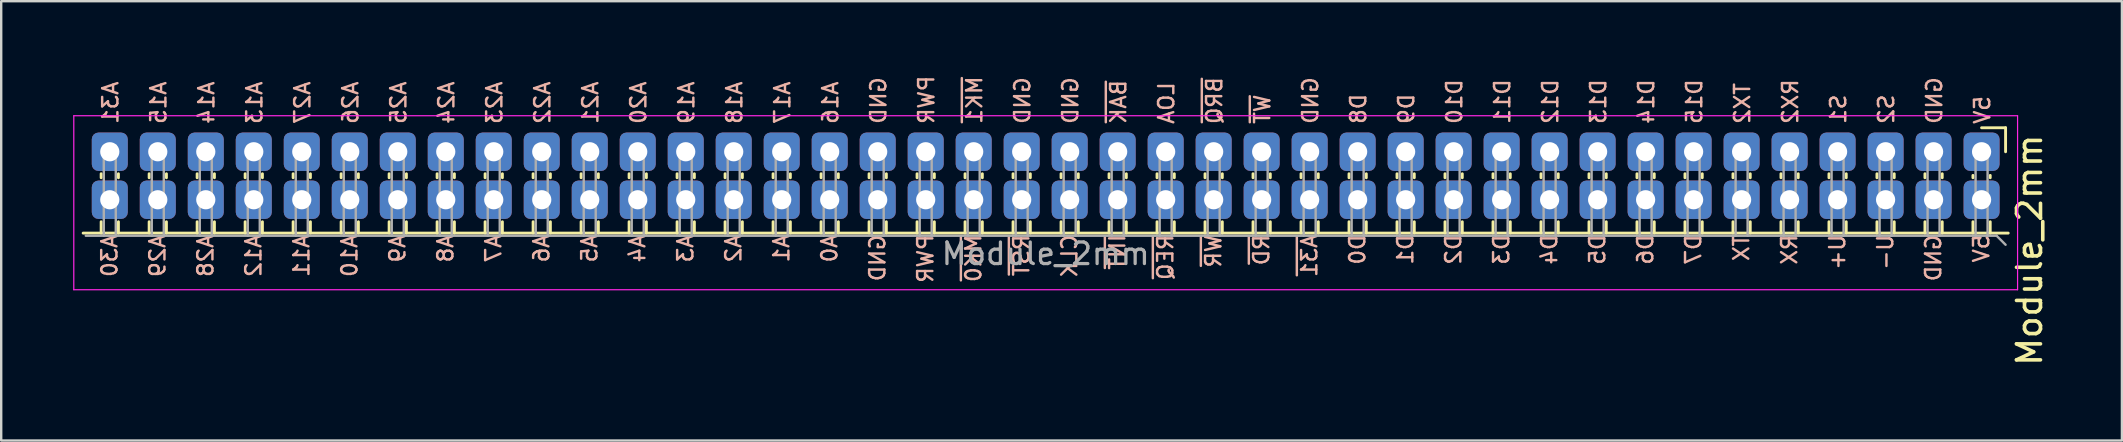
<source format=kicad_pcb>
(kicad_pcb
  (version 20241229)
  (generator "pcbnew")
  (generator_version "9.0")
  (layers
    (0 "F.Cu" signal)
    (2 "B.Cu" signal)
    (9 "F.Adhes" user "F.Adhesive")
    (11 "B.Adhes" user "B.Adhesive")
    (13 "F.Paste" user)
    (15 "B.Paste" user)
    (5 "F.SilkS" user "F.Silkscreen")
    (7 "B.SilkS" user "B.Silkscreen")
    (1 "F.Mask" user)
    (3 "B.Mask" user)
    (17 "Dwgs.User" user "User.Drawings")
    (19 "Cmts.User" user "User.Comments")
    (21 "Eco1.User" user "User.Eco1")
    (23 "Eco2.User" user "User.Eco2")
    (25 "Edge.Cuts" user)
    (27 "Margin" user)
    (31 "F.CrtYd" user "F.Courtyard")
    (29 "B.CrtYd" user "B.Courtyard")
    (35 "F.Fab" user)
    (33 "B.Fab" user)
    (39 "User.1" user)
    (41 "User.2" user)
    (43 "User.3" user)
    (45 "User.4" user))
  (footprint "Module_2mm"
    (layer "F.Cu")
    (at 40.525 4.774)
    (property "Reference" "Module_2mm" (at 41 2.6 270) (layer "F.SilkS") (effects (font (size 1 1) (thickness 0.15))))
    (attr through_hole)
    (fp_line (start -39.36 -0.583) (end -39.36 -0.417) (stroke (width 0.12) (type solid)) (layer "F.SilkS"))
    (fp_line (start -39.36 1.417) (end -39.36 1.89) (stroke (width 0.12) (type solid)) (layer "F.SilkS"))
    (fp_line (start -38.64 -0.583) (end -38.64 -0.417) (stroke (width 0.12) (type solid)) (layer "F.SilkS"))
    (fp_line (start -38.64 1.417) (end -38.64 1.89) (stroke (width 0.12) (type solid)) (layer "F.SilkS"))
    (fp_line (start -37.36 -0.583) (end -37.36 -0.417) (stroke (width 0.12) (type solid)) (layer "F.SilkS"))
    (fp_line (start -37.36 1.417) (end -37.36 1.89) (stroke (width 0.12) (type solid)) (layer "F.SilkS"))
    (fp_line (start -36.64 -0.583) (end -36.64 -0.417) (stroke (width 0.12) (type solid)) (layer "F.SilkS"))
    (fp_line (start -36.64 1.417) (end -36.64 1.89) (stroke (width 0.12) (type solid)) (layer "F.SilkS"))
    (fp_line (start -35.36 -0.583) (end -35.36 -0.417) (stroke (width 0.12) (type solid)) (layer "F.SilkS"))
    (fp_line (start -35.36 1.417) (end -35.36 1.89) (stroke (width 0.12) (type solid)) (layer "F.SilkS"))
    (fp_line (start -34.64 -0.583) (end -34.64 -0.417) (stroke (width 0.12) (type solid)) (layer "F.SilkS"))
    (fp_line (start -34.64 1.417) (end -34.64 1.89) (stroke (width 0.12) (type solid)) (layer "F.SilkS"))
    (fp_line (start -33.36 -0.583) (end -33.36 -0.417) (stroke (width 0.12) (type solid)) (layer "F.SilkS"))
    (fp_line (start -33.36 1.417) (end -33.36 1.89) (stroke (width 0.12) (type solid)) (layer "F.SilkS"))
    (fp_line (start -32.64 -0.583) (end -32.64 -0.417) (stroke (width 0.12) (type solid)) (layer "F.SilkS"))
    (fp_line (start -32.64 1.417) (end -32.64 1.89) (stroke (width 0.12) (type solid)) (layer "F.SilkS"))
    (fp_line (start -31.36 -0.583) (end -31.36 -0.417) (stroke (width 0.12) (type solid)) (layer "F.SilkS"))
    (fp_line (start -31.36 1.417) (end -31.36 1.89) (stroke (width 0.12) (type solid)) (layer "F.SilkS"))
    (fp_line (start -30.64 -0.583) (end -30.64 -0.417) (stroke (width 0.12) (type solid)) (layer "F.SilkS"))
    (fp_line (start -30.64 1.417) (end -30.64 1.89) (stroke (width 0.12) (type solid)) (layer "F.SilkS"))
    (fp_line (start -29.36 -0.583) (end -29.36 -0.417) (stroke (width 0.12) (type solid)) (layer "F.SilkS"))
    (fp_line (start -29.36 1.417) (end -29.36 1.89) (stroke (width 0.12) (type solid)) (layer "F.SilkS"))
    (fp_line (start -28.64 -0.583) (end -28.64 -0.417) (stroke (width 0.12) (type solid)) (layer "F.SilkS"))
    (fp_line (start -28.64 1.417) (end -28.64 1.89) (stroke (width 0.12) (type solid)) (layer "F.SilkS"))
    (fp_line (start -27.36 -0.583) (end -27.36 -0.417) (stroke (width 0.12) (type solid)) (layer "F.SilkS"))
    (fp_line (start -27.36 1.417) (end -27.36 1.89) (stroke (width 0.12) (type solid)) (layer "F.SilkS"))
    (fp_line (start -26.64 -0.583) (end -26.64 -0.417) (stroke (width 0.12) (type solid)) (layer "F.SilkS"))
    (fp_line (start -26.64 1.417) (end -26.64 1.89) (stroke (width 0.12) (type solid)) (layer "F.SilkS"))
    (fp_line (start -25.36 -0.583) (end -25.36 -0.417) (stroke (width 0.12) (type solid)) (layer "F.SilkS"))
    (fp_line (start -25.36 1.417) (end -25.36 1.89) (stroke (width 0.12) (type solid)) (layer "F.SilkS"))
    (fp_line (start -24.64 -0.583) (end -24.64 -0.417) (stroke (width 0.12) (type solid)) (layer "F.SilkS"))
    (fp_line (start -24.64 1.417) (end -24.64 1.89) (stroke (width 0.12) (type solid)) (layer "F.SilkS"))
    (fp_line (start -23.36 -0.583) (end -23.36 -0.417) (stroke (width 0.12) (type solid)) (layer "F.SilkS"))
    (fp_line (start -23.36 1.417) (end -23.36 1.89) (stroke (width 0.12) (type solid)) (layer "F.SilkS"))
    (fp_line (start -22.64 -0.583) (end -22.64 -0.417) (stroke (width 0.12) (type solid)) (layer "F.SilkS"))
    (fp_line (start -22.64 1.417) (end -22.64 1.89) (stroke (width 0.12) (type solid)) (layer "F.SilkS"))
    (fp_line (start -21.36 -0.583) (end -21.36 -0.417) (stroke (width 0.12) (type solid)) (layer "F.SilkS"))
    (fp_line (start -21.36 1.417) (end -21.36 1.89) (stroke (width 0.12) (type solid)) (layer "F.SilkS"))
    (fp_line (start -20.64 -0.583) (end -20.64 -0.417) (stroke (width 0.12) (type solid)) (layer "F.SilkS"))
    (fp_line (start -20.64 1.417) (end -20.64 1.89) (stroke (width 0.12) (type solid)) (layer "F.SilkS"))
    (fp_line (start -19.36 -0.583) (end -19.36 -0.417) (stroke (width 0.12) (type solid)) (layer "F.SilkS"))
    (fp_line (start -19.36 1.417) (end -19.36 1.89) (stroke (width 0.12) (type solid)) (layer "F.SilkS"))
    (fp_line (start -18.64 -0.583) (end -18.64 -0.417) (stroke (width 0.12) (type solid)) (layer "F.SilkS"))
    (fp_line (start -18.64 1.417) (end -18.64 1.89) (stroke (width 0.12) (type solid)) (layer "F.SilkS"))
    (fp_line (start -17.36 -0.583) (end -17.36 -0.417) (stroke (width 0.12) (type solid)) (layer "F.SilkS"))
    (fp_line (start -17.36 1.417) (end -17.36 1.89) (stroke (width 0.12) (type solid)) (layer "F.SilkS"))
    (fp_line (start -16.64 -0.583) (end -16.64 -0.417) (stroke (width 0.12) (type solid)) (layer "F.SilkS"))
    (fp_line (start -16.64 1.417) (end -16.64 1.89) (stroke (width 0.12) (type solid)) (layer "F.SilkS"))
    (fp_line (start -15.36 -0.583) (end -15.36 -0.417) (stroke (width 0.12) (type solid)) (layer "F.SilkS"))
    (fp_line (start -15.36 1.417) (end -15.36 1.89) (stroke (width 0.12) (type solid)) (layer "F.SilkS"))
    (fp_line (start -14.64 -0.583) (end -14.64 -0.417) (stroke (width 0.12) (type solid)) (layer "F.SilkS"))
    (fp_line (start -14.64 1.417) (end -14.64 1.89) (stroke (width 0.12) (type solid)) (layer "F.SilkS"))
    (fp_line (start -13.36 -0.583) (end -13.36 -0.417) (stroke (width 0.12) (type solid)) (layer "F.SilkS"))
    (fp_line (start -13.36 1.417) (end -13.36 1.89) (stroke (width 0.12) (type solid)) (layer "F.SilkS"))
    (fp_line (start -12.64 -0.583) (end -12.64 -0.417) (stroke (width 0.12) (type solid)) (layer "F.SilkS"))
    (fp_line (start -12.64 1.417) (end -12.64 1.89) (stroke (width 0.12) (type solid)) (layer "F.SilkS"))
    (fp_line (start -11.36 -0.583) (end -11.36 -0.417) (stroke (width 0.12) (type solid)) (layer "F.SilkS"))
    (fp_line (start -11.36 1.417) (end -11.36 1.89) (stroke (width 0.12) (type solid)) (layer "F.SilkS"))
    (fp_line (start -10.64 -0.583) (end -10.64 -0.417) (stroke (width 0.12) (type solid)) (layer "F.SilkS"))
    (fp_line (start -10.64 1.417) (end -10.64 1.89) (stroke (width 0.12) (type solid)) (layer "F.SilkS"))
    (fp_line (start -9.36 -0.583) (end -9.36 -0.417) (stroke (width 0.12) (type solid)) (layer "F.SilkS"))
    (fp_line (start -9.36 1.417) (end -9.36 1.89) (stroke (width 0.12) (type solid)) (layer "F.SilkS"))
    (fp_line (start -8.64 -0.583) (end -8.64 -0.417) (stroke (width 0.12) (type solid)) (layer "F.SilkS"))
    (fp_line (start -8.64 1.417) (end -8.64 1.89) (stroke (width 0.12) (type solid)) (layer "F.SilkS"))
    (fp_line (start -7.36 -0.583) (end -7.36 -0.417) (stroke (width 0.12) (type solid)) (layer "F.SilkS"))
    (fp_line (start -7.36 1.417) (end -7.36 1.89) (stroke (width 0.12) (type solid)) (layer "F.SilkS"))
    (fp_line (start -6.64 -0.583) (end -6.64 -0.417) (stroke (width 0.12) (type solid)) (layer "F.SilkS"))
    (fp_line (start -6.64 1.417) (end -6.64 1.89) (stroke (width 0.12) (type solid)) (layer "F.SilkS"))
    (fp_line (start -5.36 -0.583) (end -5.36 -0.417) (stroke (width 0.12) (type solid)) (layer "F.SilkS"))
    (fp_line (start -5.36 1.417) (end -5.36 1.89) (stroke (width 0.12) (type solid)) (layer "F.SilkS"))
    (fp_line (start -4.64 -0.583) (end -4.64 -0.417) (stroke (width 0.12) (type solid)) (layer "F.SilkS"))
    (fp_line (start -4.64 1.417) (end -4.64 1.89) (stroke (width 0.12) (type solid)) (layer "F.SilkS"))
    (fp_line (start -3.36 -0.583) (end -3.36 -0.417) (stroke (width 0.12) (type solid)) (layer "F.SilkS"))
    (fp_line (start -3.36 1.417) (end -3.36 1.89) (stroke (width 0.12) (type solid)) (layer "F.SilkS"))
    (fp_line (start -2.64 -0.583) (end -2.64 -0.417) (stroke (width 0.12) (type solid)) (layer "F.SilkS"))
    (fp_line (start -2.64 1.417) (end -2.64 1.89) (stroke (width 0.12) (type solid)) (layer "F.SilkS"))
    (fp_line (start -1.36 -0.583) (end -1.36 -0.417) (stroke (width 0.12) (type solid)) (layer "F.SilkS"))
    (fp_line (start -1.36 1.417) (end -1.36 1.89) (stroke (width 0.12) (type solid)) (layer "F.SilkS"))
    (fp_line (start -0.64 -0.583) (end -0.64 -0.417) (stroke (width 0.12) (type solid)) (layer "F.SilkS"))
    (fp_line (start -0.64 1.417) (end -0.64 1.89) (stroke (width 0.12) (type solid)) (layer "F.SilkS"))
    (fp_line (start 0.64 -0.583) (end 0.64 -0.417) (stroke (width 0.12) (type solid)) (layer "F.SilkS"))
    (fp_line (start 0.64 1.417) (end 0.64 1.89) (stroke (width 0.12) (type solid)) (layer "F.SilkS"))
    (fp_line (start 1.36 -0.583) (end 1.36 -0.417) (stroke (width 0.12) (type solid)) (layer "F.SilkS"))
    (fp_line (start 1.36 1.417) (end 1.36 1.89) (stroke (width 0.12) (type solid)) (layer "F.SilkS"))
    (fp_line (start 2.64 -0.583) (end 2.64 -0.417) (stroke (width 0.12) (type solid)) (layer "F.SilkS"))
    (fp_line (start 2.64 1.417) (end 2.64 1.89) (stroke (width 0.12) (type solid)) (layer "F.SilkS"))
    (fp_line (start 3.36 -0.583) (end 3.36 -0.417) (stroke (width 0.12) (type solid)) (layer "F.SilkS"))
    (fp_line (start 3.36 1.417) (end 3.36 1.89) (stroke (width 0.12) (type solid)) (layer "F.SilkS"))
    (fp_line (start 4.64 -0.583) (end 4.64 -0.417) (stroke (width 0.12) (type solid)) (layer "F.SilkS"))
    (fp_line (start 4.64 1.417) (end 4.64 1.89) (stroke (width 0.12) (type solid)) (layer "F.SilkS"))
    (fp_line (start 5.36 -0.583) (end 5.36 -0.417) (stroke (width 0.12) (type solid)) (layer "F.SilkS"))
    (fp_line (start 5.36 1.417) (end 5.36 1.89) (stroke (width 0.12) (type solid)) (layer "F.SilkS"))
    (fp_line (start 6.64 -0.583) (end 6.64 -0.417) (stroke (width 0.12) (type solid)) (layer "F.SilkS"))
    (fp_line (start 6.64 1.417) (end 6.64 1.89) (stroke (width 0.12) (type solid)) (layer "F.SilkS"))
    (fp_line (start 7.36 -0.583) (end 7.36 -0.417) (stroke (width 0.12) (type solid)) (layer "F.SilkS"))
    (fp_line (start 7.36 1.417) (end 7.36 1.89) (stroke (width 0.12) (type solid)) (layer "F.SilkS"))
    (fp_line (start 8.64 -0.583) (end 8.64 -0.417) (stroke (width 0.12) (type solid)) (layer "F.SilkS"))
    (fp_line (start 8.64 1.417) (end 8.64 1.89) (stroke (width 0.12) (type solid)) (layer "F.SilkS"))
    (fp_line (start 9.36 -0.583) (end 9.36 -0.417) (stroke (width 0.12) (type solid)) (layer "F.SilkS"))
    (fp_line (start 9.36 1.417) (end 9.36 1.89) (stroke (width 0.12) (type solid)) (layer "F.SilkS"))
    (fp_line (start 10.64 -0.583) (end 10.64 -0.417) (stroke (width 0.12) (type solid)) (layer "F.SilkS"))
    (fp_line (start 10.64 1.417) (end 10.64 1.89) (stroke (width 0.12) (type solid)) (layer "F.SilkS"))
    (fp_line (start 11.36 -0.583) (end 11.36 -0.417) (stroke (width 0.12) (type solid)) (layer "F.SilkS"))
    (fp_line (start 11.36 1.417) (end 11.36 1.89) (stroke (width 0.12) (type solid)) (layer "F.SilkS"))
    (fp_line (start 12.64 -0.583) (end 12.64 -0.417) (stroke (width 0.12) (type solid)) (layer "F.SilkS"))
    (fp_line (start 12.64 1.417) (end 12.64 1.89) (stroke (width 0.12) (type solid)) (layer "F.SilkS"))
    (fp_line (start 13.36 -0.583) (end 13.36 -0.417) (stroke (width 0.12) (type solid)) (layer "F.SilkS"))
    (fp_line (start 13.36 1.417) (end 13.36 1.89) (stroke (width 0.12) (type solid)) (layer "F.SilkS"))
    (fp_line (start 14.64 -0.583) (end 14.64 -0.417) (stroke (width 0.12) (type solid)) (layer "F.SilkS"))
    (fp_line (start 14.64 1.417) (end 14.64 1.89) (stroke (width 0.12) (type solid)) (layer "F.SilkS"))
    (fp_line (start 15.36 -0.583) (end 15.36 -0.417) (stroke (width 0.12) (type solid)) (layer "F.SilkS"))
    (fp_line (start 15.36 1.417) (end 15.36 1.89) (stroke (width 0.12) (type solid)) (layer "F.SilkS"))
    (fp_line (start 16.64 -0.583) (end 16.64 -0.417) (stroke (width 0.12) (type solid)) (layer "F.SilkS"))
    (fp_line (start 16.64 1.417) (end 16.64 1.89) (stroke (width 0.12) (type solid)) (layer "F.SilkS"))
    (fp_line (start 17.36 -0.583) (end 17.36 -0.417) (stroke (width 0.12) (type solid)) (layer "F.SilkS"))
    (fp_line (start 17.36 1.417) (end 17.36 1.89) (stroke (width 0.12) (type solid)) (layer "F.SilkS"))
    (fp_line (start 18.64 -0.583) (end 18.64 -0.417) (stroke (width 0.12) (type solid)) (layer "F.SilkS"))
    (fp_line (start 18.64 1.417) (end 18.64 1.89) (stroke (width 0.12) (type solid)) (layer "F.SilkS"))
    (fp_line (start 19.36 -0.583) (end 19.36 -0.417) (stroke (width 0.12) (type solid)) (layer "F.SilkS"))
    (fp_line (start 19.36 1.417) (end 19.36 1.89) (stroke (width 0.12) (type solid)) (layer "F.SilkS"))
    (fp_line (start 20.64 -0.583) (end 20.64 -0.417) (stroke (width 0.12) (type solid)) (layer "F.SilkS"))
    (fp_line (start 20.64 1.417) (end 20.64 1.89) (stroke (width 0.12) (type solid)) (layer "F.SilkS"))
    (fp_line (start 21.36 -0.583) (end 21.36 -0.417) (stroke (width 0.12) (type solid)) (layer "F.SilkS"))
    (fp_line (start 21.36 1.417) (end 21.36 1.89) (stroke (width 0.12) (type solid)) (layer "F.SilkS"))
    (fp_line (start 22.64 -0.583) (end 22.64 -0.417) (stroke (width 0.12) (type solid)) (layer "F.SilkS"))
    (fp_line (start 22.64 1.417) (end 22.64 1.89) (stroke (width 0.12) (type solid)) (layer "F.SilkS"))
    (fp_line (start 23.36 -0.583) (end 23.36 -0.417) (stroke (width 0.12) (type solid)) (layer "F.SilkS"))
    (fp_line (start 23.36 1.417) (end 23.36 1.89) (stroke (width 0.12) (type solid)) (layer "F.SilkS"))
    (fp_line (start 24.64 -0.583) (end 24.64 -0.417) (stroke (width 0.12) (type solid)) (layer "F.SilkS"))
    (fp_line (start 24.64 1.417) (end 24.64 1.89) (stroke (width 0.12) (type solid)) (layer "F.SilkS"))
    (fp_line (start 25.36 -0.583) (end 25.36 -0.417) (stroke (width 0.12) (type solid)) (layer "F.SilkS"))
    (fp_line (start 25.36 1.417) (end 25.36 1.89) (stroke (width 0.12) (type solid)) (layer "F.SilkS"))
    (fp_line (start 26.64 -0.583) (end 26.64 -0.417) (stroke (width 0.12) (type solid)) (layer "F.SilkS"))
    (fp_line (start 26.64 1.417) (end 26.64 1.89) (stroke (width 0.12) (type solid)) (layer "F.SilkS"))
    (fp_line (start 27.36 -0.583) (end 27.36 -0.417) (stroke (width 0.12) (type solid)) (layer "F.SilkS"))
    (fp_line (start 27.36 1.417) (end 27.36 1.89) (stroke (width 0.12) (type solid)) (layer "F.SilkS"))
    (fp_line (start 28.64 -0.583) (end 28.64 -0.417) (stroke (width 0.12) (type solid)) (layer "F.SilkS"))
    (fp_line (start 28.64 1.417) (end 28.64 1.89) (stroke (width 0.12) (type solid)) (layer "F.SilkS"))
    (fp_line (start 29.36 -0.583) (end 29.36 -0.417) (stroke (width 0.12) (type solid)) (layer "F.SilkS"))
    (fp_line (start 29.36 1.417) (end 29.36 1.89) (stroke (width 0.12) (type solid)) (layer "F.SilkS"))
    (fp_line (start 30.64 -0.583) (end 30.64 -0.417) (stroke (width 0.12) (type solid)) (layer "F.SilkS"))
    (fp_line (start 30.64 1.417) (end 30.64 1.89) (stroke (width 0.12) (type solid)) (layer "F.SilkS"))
    (fp_line (start 31.36 -0.583) (end 31.36 -0.417) (stroke (width 0.12) (type solid)) (layer "F.SilkS"))
    (fp_line (start 31.36 1.417) (end 31.36 1.89) (stroke (width 0.12) (type solid)) (layer "F.SilkS"))
    (fp_line (start 32.64 -0.583) (end 32.64 -0.417) (stroke (width 0.12) (type solid)) (layer "F.SilkS"))
    (fp_line (start 32.64 1.417) (end 32.64 1.89) (stroke (width 0.12) (type solid)) (layer "F.SilkS"))
    (fp_line (start 33.36 -0.583) (end 33.36 -0.417) (stroke (width 0.12) (type solid)) (layer "F.SilkS"))
    (fp_line (start 33.36 1.417) (end 33.36 1.89) (stroke (width 0.12) (type solid)) (layer "F.SilkS"))
    (fp_line (start 34.64 -0.583) (end 34.64 -0.417) (stroke (width 0.12) (type solid)) (layer "F.SilkS"))
    (fp_line (start 34.64 1.417) (end 34.64 1.89) (stroke (width 0.12) (type solid)) (layer "F.SilkS"))
    (fp_line (start 35.36 -0.583) (end 35.36 -0.417) (stroke (width 0.12) (type solid)) (layer "F.SilkS"))
    (fp_line (start 35.36 1.417) (end 35.36 1.89) (stroke (width 0.12) (type solid)) (layer "F.SilkS"))
    (fp_line (start 36.64 -0.583) (end 36.64 -0.417) (stroke (width 0.12) (type solid)) (layer "F.SilkS"))
    (fp_line (start 36.64 1.417) (end 36.64 1.89) (stroke (width 0.12) (type solid)) (layer "F.SilkS"))
    (fp_line (start 37.36 -0.583) (end 37.36 -0.417) (stroke (width 0.12) (type solid)) (layer "F.SilkS"))
    (fp_line (start 37.36 1.417) (end 37.36 1.89) (stroke (width 0.12) (type solid)) (layer "F.SilkS"))
    (fp_line (start 38.64 -0.515) (end 38.64 -0.417) (stroke (width 0.12) (type solid)) (layer "F.SilkS"))
    (fp_line (start 38.64 1.417) (end 38.64 1.89) (stroke (width 0.12) (type solid)) (layer "F.SilkS"))
    (fp_line (start 39 -2.5) (end 40 -2.5) (stroke (width 0.12) (type solid)) (layer "F.SilkS"))
    (fp_line (start 39.36 -0.515) (end 39.36 -0.417) (stroke (width 0.12) (type solid)) (layer "F.SilkS"))
    (fp_line (start 39.36 1.417) (end 39.36 1.89) (stroke (width 0.12) (type solid)) (layer "F.SilkS"))
    (fp_line (start 40 -2.5) (end 40 -1.5) (stroke (width 0.12) (type solid)) (layer "F.SilkS"))
    (fp_line (start 40.11 1.89) (end -40.11 1.89) (stroke (width 0.12) (type solid)) (layer "F.SilkS"))
    (fp_line (start -40.5 -3) (end -40.5 4.25) (stroke (width 0.05) (type solid)) (layer "F.CrtYd"))
    (fp_line (start 40.5 -3) (end -40.5 -3) (stroke (width 0.05) (type solid)) (layer "F.CrtYd"))
    (fp_line (start 40.5 4.25) (end -40.5 4.25) (stroke (width 0.05) (type solid)) (layer "F.CrtYd"))
    (fp_line (start 40.5 4.25) (end 40.5 -3) (stroke (width 0.05) (type solid)) (layer "F.CrtYd"))
    (fp_line (start -40 2) (end 39.625 2) (stroke (width 0.1) (type solid)) (layer "F.Fab"))
    (fp_line (start -39.25 -1.75) (end -39.25 2) (stroke (width 0.1) (type solid)) (layer "F.Fab"))
    (fp_line (start -38.75 -1.75) (end -39.25 -1.75) (stroke (width 0.1) (type solid)) (layer "F.Fab"))
    (fp_line (start -38.75 -1.75) (end -38.75 2) (stroke (width 0.1) (type solid)) (layer "F.Fab"))
    (fp_line (start -37.25 -1.75) (end -37.25 2) (stroke (width 0.1) (type solid)) (layer "F.Fab"))
    (fp_line (start -36.75 -1.75) (end -37.25 -1.75) (stroke (width 0.1) (type solid)) (layer "F.Fab"))
    (fp_line (start -36.75 -1.75) (end -36.75 2) (stroke (width 0.1) (type solid)) (layer "F.Fab"))
    (fp_line (start -35.25 -1.75) (end -35.25 2) (stroke (width 0.1) (type solid)) (layer "F.Fab"))
    (fp_line (start -34.75 -1.75) (end -35.25 -1.75) (stroke (width 0.1) (type solid)) (layer "F.Fab"))
    (fp_line (start -34.75 -1.75) (end -34.75 2) (stroke (width 0.1) (type solid)) (layer "F.Fab"))
    (fp_line (start -33.25 -1.75) (end -33.25 2) (stroke (width 0.1) (type solid)) (layer "F.Fab"))
    (fp_line (start -32.75 -1.75) (end -33.25 -1.75) (stroke (width 0.1) (type solid)) (layer "F.Fab"))
    (fp_line (start -32.75 -1.75) (end -32.75 2) (stroke (width 0.1) (type solid)) (layer "F.Fab"))
    (fp_line (start -31.25 -1.75) (end -31.25 2) (stroke (width 0.1) (type solid)) (layer "F.Fab"))
    (fp_line (start -30.75 -1.75) (end -31.25 -1.75) (stroke (width 0.1) (type solid)) (layer "F.Fab"))
    (fp_line (start -30.75 -1.75) (end -30.75 2) (stroke (width 0.1) (type solid)) (layer "F.Fab"))
    (fp_line (start -29.25 -1.75) (end -29.25 2) (stroke (width 0.1) (type solid)) (layer "F.Fab"))
    (fp_line (start -28.75 -1.75) (end -29.25 -1.75) (stroke (width 0.1) (type solid)) (layer "F.Fab"))
    (fp_line (start -28.75 -1.75) (end -28.75 2) (stroke (width 0.1) (type solid)) (layer "F.Fab"))
    (fp_line (start -27.25 -1.75) (end -27.25 2) (stroke (width 0.1) (type solid)) (layer "F.Fab"))
    (fp_line (start -26.75 -1.75) (end -27.25 -1.75) (stroke (width 0.1) (type solid)) (layer "F.Fab"))
    (fp_line (start -26.75 -1.75) (end -26.75 2) (stroke (width 0.1) (type solid)) (layer "F.Fab"))
    (fp_line (start -25.25 -1.75) (end -25.25 2) (stroke (width 0.1) (type solid)) (layer "F.Fab"))
    (fp_line (start -24.75 -1.75) (end -25.25 -1.75) (stroke (width 0.1) (type solid)) (layer "F.Fab"))
    (fp_line (start -24.75 -1.75) (end -24.75 2) (stroke (width 0.1) (type solid)) (layer "F.Fab"))
    (fp_line (start -23.25 -1.75) (end -23.25 2) (stroke (width 0.1) (type solid)) (layer "F.Fab"))
    (fp_line (start -22.75 -1.75) (end -23.25 -1.75) (stroke (width 0.1) (type solid)) (layer "F.Fab"))
    (fp_line (start -22.75 -1.75) (end -22.75 2) (stroke (width 0.1) (type solid)) (layer "F.Fab"))
    (fp_line (start -21.25 -1.75) (end -21.25 2) (stroke (width 0.1) (type solid)) (layer "F.Fab"))
    (fp_line (start -20.75 -1.75) (end -21.25 -1.75) (stroke (width 0.1) (type solid)) (layer "F.Fab"))
    (fp_line (start -20.75 -1.75) (end -20.75 2) (stroke (width 0.1) (type solid)) (layer "F.Fab"))
    (fp_line (start -19.25 -1.75) (end -19.25 2) (stroke (width 0.1) (type solid)) (layer "F.Fab"))
    (fp_line (start -18.75 -1.75) (end -19.25 -1.75) (stroke (width 0.1) (type solid)) (layer "F.Fab"))
    (fp_line (start -18.75 -1.75) (end -18.75 2) (stroke (width 0.1) (type solid)) (layer "F.Fab"))
    (fp_line (start -17.25 -1.75) (end -17.25 2) (stroke (width 0.1) (type solid)) (layer "F.Fab"))
    (fp_line (start -16.75 -1.75) (end -17.25 -1.75) (stroke (width 0.1) (type solid)) (layer "F.Fab"))
    (fp_line (start -16.75 -1.75) (end -16.75 2) (stroke (width 0.1) (type solid)) (layer "F.Fab"))
    (fp_line (start -15.25 -1.75) (end -15.25 2) (stroke (width 0.1) (type solid)) (layer "F.Fab"))
    (fp_line (start -14.75 -1.75) (end -15.25 -1.75) (stroke (width 0.1) (type solid)) (layer "F.Fab"))
    (fp_line (start -14.75 -1.75) (end -14.75 2) (stroke (width 0.1) (type solid)) (layer "F.Fab"))
    (fp_line (start -13.25 -1.75) (end -13.25 2) (stroke (width 0.1) (type solid)) (layer "F.Fab"))
    (fp_line (start -12.75 -1.75) (end -13.25 -1.75) (stroke (width 0.1) (type solid)) (layer "F.Fab"))
    (fp_line (start -12.75 -1.75) (end -12.75 2) (stroke (width 0.1) (type solid)) (layer "F.Fab"))
    (fp_line (start -11.25 -1.75) (end -11.25 2) (stroke (width 0.1) (type solid)) (layer "F.Fab"))
    (fp_line (start -10.75 -1.75) (end -11.25 -1.75) (stroke (width 0.1) (type solid)) (layer "F.Fab"))
    (fp_line (start -10.75 -1.75) (end -10.75 2) (stroke (width 0.1) (type solid)) (layer "F.Fab"))
    (fp_line (start -9.25 -1.75) (end -9.25 2) (stroke (width 0.1) (type solid)) (layer "F.Fab"))
    (fp_line (start -8.75 -1.75) (end -9.25 -1.75) (stroke (width 0.1) (type solid)) (layer "F.Fab"))
    (fp_line (start -8.75 -1.75) (end -8.75 2) (stroke (width 0.1) (type solid)) (layer "F.Fab"))
    (fp_line (start -7.25 -1.75) (end -7.25 2) (stroke (width 0.1) (type solid)) (layer "F.Fab"))
    (fp_line (start -6.75 -1.75) (end -7.25 -1.75) (stroke (width 0.1) (type solid)) (layer "F.Fab"))
    (fp_line (start -6.75 -1.75) (end -6.75 2) (stroke (width 0.1) (type solid)) (layer "F.Fab"))
    (fp_line (start -5.25 -1.75) (end -5.25 2) (stroke (width 0.1) (type solid)) (layer "F.Fab"))
    (fp_line (start -4.75 -1.75) (end -5.25 -1.75) (stroke (width 0.1) (type solid)) (layer "F.Fab"))
    (fp_line (start -4.75 -1.75) (end -4.75 2) (stroke (width 0.1) (type solid)) (layer "F.Fab"))
    (fp_line (start -3.25 -1.75) (end -3.25 2) (stroke (width 0.1) (type solid)) (layer "F.Fab"))
    (fp_line (start -2.75 -1.75) (end -3.25 -1.75) (stroke (width 0.1) (type solid)) (layer "F.Fab"))
    (fp_line (start -2.75 -1.75) (end -2.75 2) (stroke (width 0.1) (type solid)) (layer "F.Fab"))
    (fp_line (start -1.25 -1.75) (end -1.25 2) (stroke (width 0.1) (type solid)) (layer "F.Fab"))
    (fp_line (start -0.75 -1.75) (end -1.25 -1.75) (stroke (width 0.1) (type solid)) (layer "F.Fab"))
    (fp_line (start -0.75 -1.75) (end -0.75 2) (stroke (width 0.1) (type solid)) (layer "F.Fab"))
    (fp_line (start 0.75 -1.75) (end 0.75 2) (stroke (width 0.1) (type solid)) (layer "F.Fab"))
    (fp_line (start 1.25 -1.75) (end 0.75 -1.75) (stroke (width 0.1) (type solid)) (layer "F.Fab"))
    (fp_line (start 1.25 -1.75) (end 1.25 2) (stroke (width 0.1) (type solid)) (layer "F.Fab"))
    (fp_line (start 2.75 -1.75) (end 2.75 2) (stroke (width 0.1) (type solid)) (layer "F.Fab"))
    (fp_line (start 3.25 -1.75) (end 2.75 -1.75) (stroke (width 0.1) (type solid)) (layer "F.Fab"))
    (fp_line (start 3.25 -1.75) (end 3.25 2) (stroke (width 0.1) (type solid)) (layer "F.Fab"))
    (fp_line (start 4.75 -1.75) (end 4.75 2) (stroke (width 0.1) (type solid)) (layer "F.Fab"))
    (fp_line (start 5.25 -1.75) (end 4.75 -1.75) (stroke (width 0.1) (type solid)) (layer "F.Fab"))
    (fp_line (start 5.25 -1.75) (end 5.25 2) (stroke (width 0.1) (type solid)) (layer "F.Fab"))
    (fp_line (start 6.75 -1.75) (end 6.75 2) (stroke (width 0.1) (type solid)) (layer "F.Fab"))
    (fp_line (start 7.25 -1.75) (end 6.75 -1.75) (stroke (width 0.1) (type solid)) (layer "F.Fab"))
    (fp_line (start 7.25 -1.75) (end 7.25 2) (stroke (width 0.1) (type solid)) (layer "F.Fab"))
    (fp_line (start 8.75 -1.75) (end 8.75 2) (stroke (width 0.1) (type solid)) (layer "F.Fab"))
    (fp_line (start 9.25 -1.75) (end 8.75 -1.75) (stroke (width 0.1) (type solid)) (layer "F.Fab"))
    (fp_line (start 9.25 -1.75) (end 9.25 2) (stroke (width 0.1) (type solid)) (layer "F.Fab"))
    (fp_line (start 10.75 -1.75) (end 10.75 2) (stroke (width 0.1) (type solid)) (layer "F.Fab"))
    (fp_line (start 11.25 -1.75) (end 10.75 -1.75) (stroke (width 0.1) (type solid)) (layer "F.Fab"))
    (fp_line (start 11.25 -1.75) (end 11.25 2) (stroke (width 0.1) (type solid)) (layer "F.Fab"))
    (fp_line (start 12.75 -1.75) (end 12.75 2) (stroke (width 0.1) (type solid)) (layer "F.Fab"))
    (fp_line (start 13.25 -1.75) (end 12.75 -1.75) (stroke (width 0.1) (type solid)) (layer "F.Fab"))
    (fp_line (start 13.25 -1.75) (end 13.25 2) (stroke (width 0.1) (type solid)) (layer "F.Fab"))
    (fp_line (start 14.75 -1.75) (end 14.75 2) (stroke (width 0.1) (type solid)) (layer "F.Fab"))
    (fp_line (start 15.25 -1.75) (end 14.75 -1.75) (stroke (width 0.1) (type solid)) (layer "F.Fab"))
    (fp_line (start 15.25 -1.75) (end 15.25 2) (stroke (width 0.1) (type solid)) (layer "F.Fab"))
    (fp_line (start 16.75 -1.75) (end 16.75 2) (stroke (width 0.1) (type solid)) (layer "F.Fab"))
    (fp_line (start 17.25 -1.75) (end 16.75 -1.75) (stroke (width 0.1) (type solid)) (layer "F.Fab"))
    (fp_line (start 17.25 -1.75) (end 17.25 2) (stroke (width 0.1) (type solid)) (layer "F.Fab"))
    (fp_line (start 18.75 -1.75) (end 18.75 2) (stroke (width 0.1) (type solid)) (layer "F.Fab"))
    (fp_line (start 19.25 -1.75) (end 18.75 -1.75) (stroke (width 0.1) (type solid)) (layer "F.Fab"))
    (fp_line (start 19.25 -1.75) (end 19.25 2) (stroke (width 0.1) (type solid)) (layer "F.Fab"))
    (fp_line (start 20.75 -1.75) (end 20.75 2) (stroke (width 0.1) (type solid)) (layer "F.Fab"))
    (fp_line (start 21.25 -1.75) (end 20.75 -1.75) (stroke (width 0.1) (type solid)) (layer "F.Fab"))
    (fp_line (start 21.25 -1.75) (end 21.25 2) (stroke (width 0.1) (type solid)) (layer "F.Fab"))
    (fp_line (start 22.75 -1.75) (end 22.75 2) (stroke (width 0.1) (type solid)) (layer "F.Fab"))
    (fp_line (start 23.25 -1.75) (end 22.75 -1.75) (stroke (width 0.1) (type solid)) (layer "F.Fab"))
    (fp_line (start 23.25 -1.75) (end 23.25 2) (stroke (width 0.1) (type solid)) (layer "F.Fab"))
    (fp_line (start 24.75 -1.75) (end 24.75 2) (stroke (width 0.1) (type solid)) (layer "F.Fab"))
    (fp_line (start 25.25 -1.75) (end 24.75 -1.75) (stroke (width 0.1) (type solid)) (layer "F.Fab"))
    (fp_line (start 25.25 -1.75) (end 25.25 2) (stroke (width 0.1) (type solid)) (layer "F.Fab"))
    (fp_line (start 26.75 -1.75) (end 26.75 2) (stroke (width 0.1) (type solid)) (layer "F.Fab"))
    (fp_line (start 27.25 -1.75) (end 26.75 -1.75) (stroke (width 0.1) (type solid)) (layer "F.Fab"))
    (fp_line (start 27.25 -1.75) (end 27.25 2) (stroke (width 0.1) (type solid)) (layer "F.Fab"))
    (fp_line (start 28.75 -1.75) (end 28.75 2) (stroke (width 0.1) (type solid)) (layer "F.Fab"))
    (fp_line (start 29.25 -1.75) (end 28.75 -1.75) (stroke (width 0.1) (type solid)) (layer "F.Fab"))
    (fp_line (start 29.25 -1.75) (end 29.25 2) (stroke (width 0.1) (type solid)) (layer "F.Fab"))
    (fp_line (start 30.75 -1.75) (end 30.75 2) (stroke (width 0.1) (type solid)) (layer "F.Fab"))
    (fp_line (start 31.25 -1.75) (end 30.75 -1.75) (stroke (width 0.1) (type solid)) (layer "F.Fab"))
    (fp_line (start 31.25 -1.75) (end 31.25 2) (stroke (width 0.1) (type solid)) (layer "F.Fab"))
    (fp_line (start 32.75 -1.75) (end 32.75 2) (stroke (width 0.1) (type solid)) (layer "F.Fab"))
    (fp_line (start 33.25 -1.75) (end 32.75 -1.75) (stroke (width 0.1) (type solid)) (layer "F.Fab"))
    (fp_line (start 33.25 -1.75) (end 33.25 2) (stroke (width 0.1) (type solid)) (layer "F.Fab"))
    (fp_line (start 34.75 -1.75) (end 34.75 2) (stroke (width 0.1) (type solid)) (layer "F.Fab"))
    (fp_line (start 35.25 -1.75) (end 34.75 -1.75) (stroke (width 0.1) (type solid)) (layer "F.Fab"))
    (fp_line (start 35.25 -1.75) (end 35.25 2) (stroke (width 0.1) (type solid)) (layer "F.Fab"))
    (fp_line (start 36.75 -1.75) (end 36.75 2) (stroke (width 0.1) (type solid)) (layer "F.Fab"))
    (fp_line (start 37.25 -1.75) (end 36.75 -1.75) (stroke (width 0.1) (type solid)) (layer "F.Fab"))
    (fp_line (start 37.25 -1.75) (end 37.25 2) (stroke (width 0.1) (type solid)) (layer "F.Fab"))
    (fp_line (start 38.75 -1.75) (end 38.75 2) (stroke (width 0.1) (type solid)) (layer "F.Fab"))
    (fp_line (start 39.25 -1.75) (end 38.75 -1.75) (stroke (width 0.1) (type solid)) (layer "F.Fab"))
    (fp_line (start 39.25 -1.75) (end 39.25 2) (stroke (width 0.1) (type solid)) (layer "F.Fab"))
    (fp_line (start 39.625 2) (end 40 2.375) (stroke (width 0.1) (type solid)) (layer "F.Fab"))
    (fp_text user "D9" (at 15.4 -2.6 90) (unlocked yes) (layer "B.SilkS") (effects (font (size 0.635 0.635) (thickness 0.102)) (justify right bottom mirror)))
    (fp_text user "A6" (at -20.64 1.89 90) (unlocked yes) (layer "B.SilkS") (effects (font (size 0.635 0.635) (thickness 0.102)) (justify left bottom mirror)))
    (fp_text user "CLK" (at 1.36 1.89 90) (unlocked yes) (layer "B.SilkS") (effects (font (size 0.635 0.635) (thickness 0.102)) (justify left bottom mirror)))
    (fp_text user "A22" (at -20.6 -2.6 90) (unlocked yes) (layer "B.SilkS") (effects (font (size 0.635 0.635) (thickness 0.102)) (justify right bottom mirror)))
    (fp_text user "5V" (at 39.4 -2.6 90) (unlocked yes) (layer "B.SilkS") (effects (font (size 0.635 0.635) (thickness 0.102)) (justify right bottom mirror)))
    (fp_text user "A4" (at -16.64 1.89 90) (unlocked yes) (layer "B.SilkS") (effects (font (size 0.635 0.635) (thickness 0.102)) (justify left bottom mirror)))
    (fp_text user "~{MK1}" (at -2.6 -2.6 90) (unlocked yes) (layer "B.SilkS") (effects (font (size 0.635 0.635) (thickness 0.102)) (justify right bottom mirror)))
    (fp_text user "A5" (at -18.64 1.89 90) (unlocked yes) (layer "B.SilkS") (effects (font (size 0.635 0.635) (thickness 0.102)) (justify left bottom mirror)))
    (fp_text user "D0" (at 13.36 1.89 90) (unlocked yes) (layer "B.SilkS") (effects (font (size 0.635 0.635) (thickness 0.102)) (justify left bottom mirror)))
    (fp_text user "GND" (at 11.4 -2.6 90) (unlocked yes) (layer "B.SilkS") (effects (font (size 0.635 0.635) (thickness 0.102)) (justify right bottom mirror)))
    (fp_text user "~{REQ}" (at 5.36 1.89 90) (unlocked yes) (layer "B.SilkS") (effects (font (size 0.635 0.635) (thickness 0.102)) (justify left bottom mirror)))
    (fp_text user "GND" (at 37.36 1.89 90) (unlocked yes) (layer "B.SilkS") (effects (font (size 0.635 0.635) (thickness 0.102)) (justify left bottom mirror)))
    (fp_text user "S2" (at 35.4 -2.6 90) (unlocked yes) (layer "B.SilkS") (effects (font (size 0.635 0.635) (thickness 0.102)) (justify right bottom mirror)))
    (fp_text user "RX" (at 31.36 1.89 90) (unlocked yes) (layer "B.SilkS") (effects (font (size 0.635 0.635) (thickness 0.102)) (justify left bottom mirror)))
    (fp_text user "D6" (at 25.36 1.89 90) (unlocked yes) (layer "B.SilkS") (effects (font (size 0.635 0.635) (thickness 0.102)) (justify left bottom mirror)))
    (fp_text user "D8" (at 13.4 -2.6 90) (unlocked yes) (layer "B.SilkS") (effects (font (size 0.635 0.635) (thickness 0.102)) (justify right bottom mirror)))
    (fp_text user "A3" (at -14.64 1.89 90) (unlocked yes) (layer "B.SilkS") (effects (font (size 0.635 0.635) (thickness 0.102)) (justify left bottom mirror)))
    (fp_text user "GND" (at -0.6 -2.6 90) (unlocked yes) (layer "B.SilkS") (effects (font (size 0.635 0.635) (thickness 0.102)) (justify right bottom mirror)))
    (fp_text user "D5" (at 23.36 1.89 90) (unlocked yes) (layer "B.SilkS") (effects (font (size 0.635 0.635) (thickness 0.102)) (justify left bottom mirror)))
    (fp_text user "A31" (at -38.6 -2.6 90) (unlocked yes) (layer "B.SilkS") (effects (font (size 0.635 0.635) (thickness 0.102)) (justify right bottom mirror)))
    (fp_text user "~{INT}" (at 3.36 1.89 90) (unlocked yes) (layer "B.SilkS") (effects (font (size 0.635 0.635) (thickness 0.102)) (justify left bottom mirror)))
    (fp_text user "A27" (at -30.6 -2.6 90) (unlocked yes) (layer "B.SilkS") (effects (font (size 0.635 0.635) (thickness 0.102)) (justify right bottom mirror)))
    (fp_text user "A1" (at -10.64 1.89 90) (unlocked yes) (layer "B.SilkS") (effects (font (size 0.635 0.635) (thickness 0.102)) (justify left bottom mirror)))
    (fp_text user "GND" (at 37.4 -2.6 90) (unlocked yes) (layer "B.SilkS") (effects (font (size 0.635 0.635) (thickness 0.102)) (justify right bottom mirror)))
    (fp_text user "U-" (at 35.36 1.89 90) (unlocked yes) (layer "B.SilkS") (effects (font (size 0.635 0.635) (thickness 0.102)) (justify left bottom mirror)))
    (fp_text user "PWR" (at -4.64 1.89 90) (unlocked yes) (layer "B.SilkS") (effects (font (size 0.635 0.635) (thickness 0.102)) (justify left bottom mirror)))
    (fp_text user "~{WT}" (at 9.4 -2.6 90) (unlocked yes) (layer "B.SilkS") (effects (font (size 0.635 0.635) (thickness 0.102)) (justify right bottom mirror)))
    (fp_text user "D2" (at 17.36 1.89 90) (unlocked yes) (layer "B.SilkS") (effects (font (size 0.635 0.635) (thickness 0.102)) (justify left bottom mirror)))
    (fp_text user "PWR" (at -4.6 -2.6 90) (unlocked yes) (layer "B.SilkS") (effects (font (size 0.635 0.635) (thickness 0.102)) (justify right bottom mirror)))
    (fp_text user "A15" (at -36.6 -2.6 90) (unlocked yes) (layer "B.SilkS") (effects (font (size 0.635 0.635) (thickness 0.102)) (justify right bottom mirror)))
    (fp_text user "D4" (at 21.36 1.89 90) (unlocked yes) (layer "B.SilkS") (effects (font (size 0.635 0.635) (thickness 0.102)) (justify left bottom mirror)))
    (fp_text user "A25" (at -26.6 -2.6 90) (unlocked yes) (layer "B.SilkS") (effects (font (size 0.635 0.635) (thickness 0.102)) (justify right bottom mirror)))
    (fp_text user "A7" (at -22.64 1.89 90) (unlocked yes) (layer "B.SilkS") (effects (font (size 0.635 0.635) (thickness 0.102)) (justify left bottom mirror)))
    (fp_text user "~{RD}" (at 9.36 1.89 90) (unlocked yes) (layer "B.SilkS") (effects (font (size 0.635 0.635) (thickness 0.102)) (justify left bottom mirror)))
    (fp_text user "D14" (at 25.4 -2.6 90) (unlocked yes) (layer "B.SilkS") (effects (font (size 0.635 0.635) (thickness 0.102)) (justify right bottom mirror)))
    (fp_text user "A11" (at -30.64 1.89 90) (unlocked yes) (layer "B.SilkS") (effects (font (size 0.635 0.635) (thickness 0.102)) (justify left bottom mirror)))
    (fp_text user "~{BRQ}" (at 7.4 -2.6 90) (unlocked yes) (layer "B.SilkS") (effects (font (size 0.635 0.635) (thickness 0.102)) (justify right bottom mirror)))
    (fp_text user "D10" (at 17.4 -2.6 90) (unlocked yes) (layer "B.SilkS") (effects (font (size 0.635 0.635) (thickness 0.102)) (justify right bottom mirror)))
    (fp_text user "~{RST}" (at -0.64 1.89 90) (unlocked yes) (layer "B.SilkS") (effects (font (size 0.635 0.635) (thickness 0.102)) (justify left bottom mirror)))
    (fp_text user "A17" (at -10.6 -2.6 90) (unlocked yes) (layer "B.SilkS") (effects (font (size 0.635 0.635) (thickness 0.102)) (justify right bottom mirror)))
    (fp_text user "D11" (at 19.4 -2.6 90) (unlocked yes) (layer "B.SilkS") (effects (font (size 0.635 0.635) (thickness 0.102)) (justify right bottom mirror)))
    (fp_text user "A24" (at -24.6 -2.6 90) (unlocked yes) (layer "B.SilkS") (effects (font (size 0.635 0.635) (thickness 0.102)) (justify right bottom mirror)))
    (fp_text user "A12" (at -32.64 1.89 90) (unlocked yes) (layer "B.SilkS") (effects (font (size 0.635 0.635) (thickness 0.102)) (justify left bottom mirror)))
    (fp_text user "~{A31}" (at 11.36 1.89 90) (unlocked yes) (layer "B.SilkS") (effects (font (size 0.635 0.635) (thickness 0.102)) (justify left bottom mirror)))
    (fp_text user "A18" (at -12.6 -2.6 90) (unlocked yes) (layer "B.SilkS") (effects (font (size 0.635 0.635) (thickness 0.102)) (justify right bottom mirror)))
    (fp_text user "A19" (at -14.6 -2.6 90) (unlocked yes) (layer "B.SilkS") (effects (font (size 0.635 0.635) (thickness 0.102)) (justify right bottom mirror)))
    (fp_text user "A23" (at -22.6 -2.6 90) (unlocked yes) (layer "B.SilkS") (effects (font (size 0.635 0.635) (thickness 0.102)) (justify right bottom mirror)))
    (fp_text user "~{BAK}" (at 3.4 -2.6 90) (unlocked yes) (layer "B.SilkS") (effects (font (size 0.635 0.635) (thickness 0.102)) (justify right bottom mirror)))
    (fp_text user "A16" (at -8.6 -2.6 90) (unlocked yes) (layer "B.SilkS") (effects (font (size 0.635 0.635) (thickness 0.102)) (justify right bottom mirror)))
    (fp_text user "GND" (at -6.6 -2.6 90) (unlocked yes) (layer "B.SilkS") (effects (font (size 0.635 0.635) (thickness 0.102)) (justify right bottom mirror)))
    (fp_text user "D12" (at 21.4 -2.6 90) (unlocked yes) (layer "B.SilkS") (effects (font (size 0.635 0.635) (thickness 0.102)) (justify right bottom mirror)))
    (fp_text user "TX" (at 29.36 1.89 90) (unlocked yes) (layer "B.SilkS") (effects (font (size 0.635 0.635) (thickness 0.102)) (justify left bottom mirror)))
    (fp_text user "A30" (at -38.64 1.89 90) (unlocked yes) (layer "B.SilkS") (effects (font (size 0.635 0.635) (thickness 0.102)) (justify left bottom mirror)))
    (fp_text user "A9" (at -26.64 1.89 90) (unlocked yes) (layer "B.SilkS") (effects (font (size 0.635 0.635) (thickness 0.102)) (justify left bottom mirror)))
    (fp_text user "A13" (at -32.6 -2.6 90) (unlocked yes) (layer "B.SilkS") (effects (font (size 0.635 0.635) (thickness 0.102)) (justify right bottom mirror)))
    (fp_text user "A26" (at -28.6 -2.6 90) (unlocked yes) (layer "B.SilkS") (effects (font (size 0.635 0.635) (thickness 0.102)) (justify right bottom mirror)))
    (fp_text user "A2" (at -12.64 1.89 90) (unlocked yes) (layer "B.SilkS") (effects (font (size 0.635 0.635) (thickness 0.102)) (justify left bottom mirror)))
    (fp_text user "D1" (at 15.36 1.89 90) (unlocked yes) (layer "B.SilkS") (effects (font (size 0.635 0.635) (thickness 0.102)) (justify left bottom mirror)))
    (fp_text user "5V" (at 39.36 1.89 90) (unlocked yes) (layer "B.SilkS") (effects (font (size 0.635 0.635) (thickness 0.102)) (justify left bottom mirror)))
    (fp_text user "S1" (at 33.4 -2.6 90) (unlocked yes) (layer "B.SilkS") (effects (font (size 0.635 0.635) (thickness 0.102)) (justify right bottom mirror)))
    (fp_text user "~{WR}" (at 7.36 1.89 90) (unlocked yes) (layer "B.SilkS") (effects (font (size 0.635 0.635) (thickness 0.102)) (justify left bottom mirror)))
    (fp_text user "D3" (at 19.36 1.89 90) (unlocked yes) (layer "B.SilkS") (effects (font (size 0.635 0.635) (thickness 0.102)) (justify left bottom mirror)))
    (fp_text user "D15" (at 27.4 -2.6 90) (unlocked yes) (layer "B.SilkS") (effects (font (size 0.635 0.635) (thickness 0.102)) (justify right bottom mirror)))
    (fp_text user "U+" (at 33.36 1.89 90) (unlocked yes) (layer "B.SilkS") (effects (font (size 0.635 0.635) (thickness 0.102)) (justify left bottom mirror)))
    (fp_text user "A28" (at -34.64 1.89 90) (unlocked yes) (layer "B.SilkS") (effects (font (size 0.635 0.635) (thickness 0.102)) (justify left bottom mirror)))
    (fp_text user "A20" (at -16.6 -2.6 90) (unlocked yes) (layer "B.SilkS") (effects (font (size 0.635 0.635) (thickness 0.102)) (justify right bottom mirror)))
    (fp_text user "D13" (at 23.4 -2.6 90) (unlocked yes) (layer "B.SilkS") (effects (font (size 0.635 0.635) (thickness 0.102)) (justify right bottom mirror)))
    (fp_text user "A21" (at -18.6 -2.6 90) (unlocked yes) (layer "B.SilkS") (effects (font (size 0.635 0.635) (thickness 0.102)) (justify right bottom mirror)))
    (fp_text user "A0" (at -8.64 1.89 90) (unlocked yes) (layer "B.SilkS") (effects (font (size 0.635 0.635) (thickness 0.102)) (justify left bottom mirror)))
    (fp_text user "GND" (at 1.4 -2.6 90) (unlocked yes) (layer "B.SilkS") (effects (font (size 0.635 0.635) (thickness 0.102)) (justify right bottom mirror)))
    (fp_text user "A8" (at -24.64 1.89 90) (unlocked yes) (layer "B.SilkS") (effects (font (size 0.635 0.635) (thickness 0.102)) (justify left bottom mirror)))
    (fp_text user "A29" (at -36.64 1.89 90) (unlocked yes) (layer "B.SilkS") (effects (font (size 0.635 0.635) (thickness 0.102)) (justify left bottom mirror)))
    (fp_text user "A14" (at -34.6 -2.6 90) (unlocked yes) (layer "B.SilkS") (effects (font (size 0.635 0.635) (thickness 0.102)) (justify right bottom mirror)))
    (fp_text user "~{MK0}" (at -2.64 1.89 90) (unlocked yes) (layer "B.SilkS") (effects (font (size 0.635 0.635) (thickness 0.102)) (justify left bottom mirror)))
    (fp_text user "A10" (at -28.64 1.89 90) (unlocked yes) (layer "B.SilkS") (effects (font (size 0.635 0.635) (thickness 0.102)) (justify left bottom mirror)))
    (fp_text user "D7" (at 27.36 1.89 90) (unlocked yes) (layer "B.SilkS") (effects (font (size 0.635 0.635) (thickness 0.102)) (justify left bottom mirror)))
    (fp_text user "TX2" (at 29.4 -2.6 90) (unlocked yes) (layer "B.SilkS") (effects (font (size 0.635 0.635) (thickness 0.102)) (justify right bottom mirror)))
    (fp_text user "GND" (at -6.64 1.89 90) (unlocked yes) (layer "B.SilkS") (effects (font (size 0.635 0.635) (thickness 0.102)) (justify left bottom mirror)))
    (fp_text user "LOA" (at 5.4 -2.6 90) (unlocked yes) (layer "B.SilkS") (effects (font (size 0.635 0.635) (thickness 0.102)) (justify right bottom mirror)))
    (fp_text user "RX2" (at 31.4 -2.6 90) (unlocked yes) (layer "B.SilkS") (effects (font (size 0.635 0.635) (thickness 0.102)) (justify right bottom mirror)))
    (fp_text user "${REFERENCE}" (at 0 2.75 0) (layer "F.Fab") (effects (font (size 0.9 0.9) (thickness 0.135))))
    (pad "1" thru_hole roundrect (at -39 0.5 270) (size 1.6 1.5) (drill 0.8) (layers "*.Cu" "*.Mask") (roundrect_rratio 0.185))
    (pad "2" thru_hole roundrect (at -37 0.5 270) (size 1.6 1.5) (drill 0.8) (layers "*.Cu" "*.Mask") (roundrect_rratio 0.185))
    (pad "3" thru_hole roundrect (at -35 0.5 270) (size 1.6 1.5) (drill 0.8) (layers "*.Cu" "*.Mask") (roundrect_rratio 0.185))
    (pad "4" thru_hole roundrect (at -33 0.5 270) (size 1.6 1.5) (drill 0.8) (layers "*.Cu" "*.Mask") (roundrect_rratio 0.185))
    (pad "5" thru_hole roundrect (at -31 0.5 270) (size 1.6 1.5) (drill 0.8) (layers "*.Cu" "*.Mask") (roundrect_rratio 0.185))
    (pad "6" thru_hole roundrect (at -29 0.5 270) (size 1.6 1.5) (drill 0.8) (layers "*.Cu" "*.Mask") (roundrect_rratio 0.185))
    (pad "7" thru_hole roundrect (at -27 0.5 270) (size 1.6 1.5) (drill 0.8) (layers "*.Cu" "*.Mask") (roundrect_rratio 0.185))
    (pad "8" thru_hole roundrect (at -25 0.5 270) (size 1.6 1.5) (drill 0.8) (layers "*.Cu" "*.Mask") (roundrect_rratio 0.185))
    (pad "9" thru_hole roundrect (at -23 0.5 270) (size 1.6 1.5) (drill 0.8) (layers "*.Cu" "*.Mask") (roundrect_rratio 0.185))
    (pad "10" thru_hole roundrect (at -21 0.5 270) (size 1.6 1.5) (drill 0.8) (layers "*.Cu" "*.Mask") (roundrect_rratio 0.185))
    (pad "11" thru_hole roundrect (at -19 0.5 270) (size 1.6 1.5) (drill 0.8) (layers "*.Cu" "*.Mask") (roundrect_rratio 0.185))
    (pad "12" thru_hole roundrect (at -17 0.5 270) (size 1.6 1.5) (drill 0.8) (layers "*.Cu" "*.Mask") (roundrect_rratio 0.185))
    (pad "13" thru_hole roundrect (at -15 0.5 270) (size 1.6 1.5) (drill 0.8) (layers "*.Cu" "*.Mask") (roundrect_rratio 0.185))
    (pad "14" thru_hole roundrect (at -13 0.5 270) (size 1.6 1.5) (drill 0.8) (layers "*.Cu" "*.Mask") (roundrect_rratio 0.185))
    (pad "15" thru_hole roundrect (at -11 0.5 270) (size 1.6 1.5) (drill 0.8) (layers "*.Cu" "*.Mask") (roundrect_rratio 0.185))
    (pad "16" thru_hole roundrect (at -9 0.5 270) (size 1.6 1.5) (drill 0.8) (layers "*.Cu" "*.Mask") (roundrect_rratio 0.185))
    (pad "17" thru_hole roundrect (at -7 0.5 270) (size 1.6 1.5) (drill 0.8) (layers "*.Cu" "*.Mask") (roundrect_rratio 0.185))
    (pad "18" thru_hole roundrect (at -5 0.5 270) (size 1.6 1.5) (drill 0.8) (layers "*.Cu" "*.Mask") (roundrect_rratio 0.185))
    (pad "19" thru_hole roundrect (at -3 0.5 270) (size 1.6 1.5) (drill 0.8) (layers "*.Cu" "*.Mask") (roundrect_rratio 0.185))
    (pad "20" thru_hole roundrect (at -1 0.5 270) (size 1.6 1.5) (drill 0.8) (layers "*.Cu" "*.Mask") (roundrect_rratio 0.185))
    (pad "21" thru_hole roundrect (at 1 0.5 270) (size 1.6 1.5) (drill 0.8) (layers "*.Cu" "*.Mask") (roundrect_rratio 0.185))
    (pad "22" thru_hole roundrect (at 3 0.5 270) (size 1.6 1.5) (drill 0.8) (layers "*.Cu" "*.Mask") (roundrect_rratio 0.185))
    (pad "23" thru_hole roundrect (at 5 0.5 270) (size 1.6 1.5) (drill 0.8) (layers "*.Cu" "*.Mask") (roundrect_rratio 0.185))
    (pad "24" thru_hole roundrect (at 7 0.5 270) (size 1.6 1.5) (drill 0.8) (layers "*.Cu" "*.Mask") (roundrect_rratio 0.185))
    (pad "25" thru_hole roundrect (at 9 0.5 270) (size 1.6 1.5) (drill 0.8) (layers "*.Cu" "*.Mask") (roundrect_rratio 0.185))
    (pad "26" thru_hole roundrect (at 11 0.5 270) (size 1.6 1.5) (drill 0.8) (layers "*.Cu" "*.Mask") (roundrect_rratio 0.185))
    (pad "27" thru_hole roundrect (at 13 0.5 270) (size 1.6 1.5) (drill 0.8) (layers "*.Cu" "*.Mask") (roundrect_rratio 0.185))
    (pad "28" thru_hole roundrect (at 15 0.5 270) (size 1.6 1.5) (drill 0.8) (layers "*.Cu" "*.Mask") (roundrect_rratio 0.185))
    (pad "29" thru_hole roundrect (at 17 0.5 270) (size 1.6 1.5) (drill 0.8) (layers "*.Cu" "*.Mask") (roundrect_rratio 0.185))
    (pad "30" thru_hole roundrect (at 19 0.5 270) (size 1.6 1.5) (drill 0.8) (layers "*.Cu" "*.Mask") (roundrect_rratio 0.185))
    (pad "31" thru_hole roundrect (at 21 0.5 270) (size 1.6 1.5) (drill 0.8) (layers "*.Cu" "*.Mask") (roundrect_rratio 0.185))
    (pad "32" thru_hole roundrect (at 23 0.5 270) (size 1.6 1.5) (drill 0.8) (layers "*.Cu" "*.Mask") (roundrect_rratio 0.185))
    (pad "33" thru_hole roundrect (at 25 0.5 270) (size 1.6 1.5) (drill 0.8) (layers "*.Cu" "*.Mask") (roundrect_rratio 0.185))
    (pad "34" thru_hole roundrect (at 27 0.5 270) (size 1.6 1.5) (drill 0.8) (layers "*.Cu" "*.Mask") (roundrect_rratio 0.185))
    (pad "35" thru_hole roundrect (at 29 0.5 270) (size 1.6 1.5) (drill 0.8) (layers "*.Cu" "*.Mask") (roundrect_rratio 0.185))
    (pad "36" thru_hole roundrect (at 31 0.5 270) (size 1.6 1.5) (drill 0.8) (layers "*.Cu" "*.Mask") (roundrect_rratio 0.185))
    (pad "37" thru_hole roundrect (at 33 0.5 270) (size 1.6 1.5) (drill 0.8) (layers "*.Cu" "*.Mask") (roundrect_rratio 0.185))
    (pad "38" thru_hole roundrect (at 35 0.5 270) (size 1.6 1.5) (drill 0.8) (layers "*.Cu" "*.Mask") (roundrect_rratio 0.185))
    (pad "39" thru_hole roundrect (at 37 0.5 270) (size 1.6 1.5) (drill 0.8) (layers "*.Cu" "*.Mask") (roundrect_rratio 0.185))
    (pad "40" thru_hole roundrect (at 39 0.5 270) (size 1.6 1.5) (drill 0.8) (layers "*.Cu" "*.Mask") (roundrect_rratio 0.185))
    (pad "41" thru_hole roundrect (at -39 -1.5 270) (size 1.6 1.5) (drill 0.8) (layers "*.Cu" "*.Mask") (roundrect_rratio 0.185))
    (pad "42" thru_hole roundrect (at -37 -1.5 270) (size 1.6 1.5) (drill 0.8) (layers "*.Cu" "*.Mask") (roundrect_rratio 0.185))
    (pad "43" thru_hole roundrect (at -35 -1.5 270) (size 1.6 1.5) (drill 0.8) (layers "*.Cu" "*.Mask") (roundrect_rratio 0.185))
    (pad "44" thru_hole roundrect (at -33 -1.5 270) (size 1.6 1.5) (drill 0.8) (layers "*.Cu" "*.Mask") (roundrect_rratio 0.185))
    (pad "45" thru_hole roundrect (at -31 -1.5 270) (size 1.6 1.5) (drill 0.8) (layers "*.Cu" "*.Mask") (roundrect_rratio 0.185))
    (pad "46" thru_hole roundrect (at -29 -1.5 270) (size 1.6 1.5) (drill 0.8) (layers "*.Cu" "*.Mask") (roundrect_rratio 0.185))
    (pad "47" thru_hole roundrect (at -27 -1.5 270) (size 1.6 1.5) (drill 0.8) (layers "*.Cu" "*.Mask") (roundrect_rratio 0.185))
    (pad "48" thru_hole roundrect (at -25 -1.5 270) (size 1.6 1.5) (drill 0.8) (layers "*.Cu" "*.Mask") (roundrect_rratio 0.185))
    (pad "49" thru_hole roundrect (at -23 -1.5 270) (size 1.6 1.5) (drill 0.8) (layers "*.Cu" "*.Mask") (roundrect_rratio 0.185))
    (pad "50" thru_hole roundrect (at -21 -1.5 270) (size 1.6 1.5) (drill 0.8) (layers "*.Cu" "*.Mask") (roundrect_rratio 0.185))
    (pad "51" thru_hole roundrect (at -19 -1.5 270) (size 1.6 1.5) (drill 0.8) (layers "*.Cu" "*.Mask") (roundrect_rratio 0.185))
    (pad "52" thru_hole roundrect (at -17 -1.5 270) (size 1.6 1.5) (drill 0.8) (layers "*.Cu" "*.Mask") (roundrect_rratio 0.185))
    (pad "53" thru_hole roundrect (at -15 -1.5 270) (size 1.6 1.5) (drill 0.8) (layers "*.Cu" "*.Mask") (roundrect_rratio 0.185))
    (pad "54" thru_hole roundrect (at -13 -1.5 270) (size 1.6 1.5) (drill 0.8) (layers "*.Cu" "*.Mask") (roundrect_rratio 0.185))
    (pad "55" thru_hole roundrect (at -11 -1.5 270) (size 1.6 1.5) (drill 0.8) (layers "*.Cu" "*.Mask") (roundrect_rratio 0.185))
    (pad "56" thru_hole roundrect (at -9 -1.5 270) (size 1.6 1.5) (drill 0.8) (layers "*.Cu" "*.Mask") (roundrect_rratio 0.185))
    (pad "57" thru_hole roundrect (at -7 -1.5 270) (size 1.6 1.5) (drill 0.8) (layers "*.Cu" "*.Mask") (roundrect_rratio 0.185))
    (pad "58" thru_hole roundrect (at -5 -1.5 270) (size 1.6 1.5) (drill 0.8) (layers "*.Cu" "*.Mask") (roundrect_rratio 0.185))
    (pad "59" thru_hole roundrect (at -3 -1.5 270) (size 1.6 1.5) (drill 0.8) (layers "*.Cu" "*.Mask") (roundrect_rratio 0.185))
    (pad "60" thru_hole roundrect (at -1 -1.5 270) (size 1.6 1.5) (drill 0.8) (layers "*.Cu" "*.Mask") (roundrect_rratio 0.185))
    (pad "61" thru_hole roundrect (at 1 -1.5 270) (size 1.6 1.5) (drill 0.8) (layers "*.Cu" "*.Mask") (roundrect_rratio 0.185))
    (pad "62" thru_hole roundrect (at 3 -1.5 270) (size 1.6 1.5) (drill 0.8) (layers "*.Cu" "*.Mask") (roundrect_rratio 0.185))
    (pad "63" thru_hole roundrect (at 5 -1.5 270) (size 1.6 1.5) (drill 0.8) (layers "*.Cu" "*.Mask") (roundrect_rratio 0.185))
    (pad "64" thru_hole roundrect (at 7 -1.5 270) (size 1.6 1.5) (drill 0.8) (layers "*.Cu" "*.Mask") (roundrect_rratio 0.185))
    (pad "65" thru_hole roundrect (at 9 -1.5 270) (size 1.6 1.5) (drill 0.8) (layers "*.Cu" "*.Mask") (roundrect_rratio 0.185))
    (pad "66" thru_hole roundrect (at 11 -1.5 270) (size 1.6 1.5) (drill 0.8) (layers "*.Cu" "*.Mask") (roundrect_rratio 0.185))
    (pad "67" thru_hole roundrect (at 13 -1.5 270) (size 1.6 1.5) (drill 0.8) (layers "*.Cu" "*.Mask") (roundrect_rratio 0.185))
    (pad "68" thru_hole roundrect (at 15 -1.5 270) (size 1.6 1.5) (drill 0.8) (layers "*.Cu" "*.Mask") (roundrect_rratio 0.185))
    (pad "69" thru_hole roundrect (at 17 -1.5 270) (size 1.6 1.5) (drill 0.8) (layers "*.Cu" "*.Mask") (roundrect_rratio 0.185))
    (pad "70" thru_hole roundrect (at 19 -1.5 270) (size 1.6 1.5) (drill 0.8) (layers "*.Cu" "*.Mask") (roundrect_rratio 0.185))
    (pad "71" thru_hole roundrect (at 21 -1.5 270) (size 1.6 1.5) (drill 0.8) (layers "*.Cu" "*.Mask") (roundrect_rratio 0.185))
    (pad "72" thru_hole roundrect (at 23 -1.5 270) (size 1.6 1.5) (drill 0.8) (layers "*.Cu" "*.Mask") (roundrect_rratio 0.185))
    (pad "73" thru_hole roundrect (at 25 -1.5 270) (size 1.6 1.5) (drill 0.8) (layers "*.Cu" "*.Mask") (roundrect_rratio 0.185))
    (pad "74" thru_hole roundrect (at 27 -1.5 270) (size 1.6 1.5) (drill 0.8) (layers "*.Cu" "*.Mask") (roundrect_rratio 0.185))
    (pad "75" thru_hole roundrect (at 29 -1.5 270) (size 1.6 1.5) (drill 0.8) (layers "*.Cu" "*.Mask") (roundrect_rratio 0.185))
    (pad "76" thru_hole roundrect (at 31 -1.5 270) (size 1.6 1.5) (drill 0.8) (layers "*.Cu" "*.Mask") (roundrect_rratio 0.185))
    (pad "77" thru_hole roundrect (at 33 -1.5 270) (size 1.6 1.5) (drill 0.8) (layers "*.Cu" "*.Mask") (roundrect_rratio 0.185))
    (pad "78" thru_hole roundrect (at 35 -1.5 270) (size 1.6 1.5) (drill 0.8) (layers "*.Cu" "*.Mask") (roundrect_rratio 0.185))
    (pad "79" thru_hole roundrect (at 37 -1.5 270) (size 1.6 1.5) (drill 0.8) (layers "*.Cu" "*.Mask") (roundrect_rratio 0.185))
    (pad "80" thru_hole roundrect (at 39 -1.5 270) (size 1.6 1.5) (drill 0.8) (layers "*.Cu" "*.Mask") (roundrect_rratio 0.185)))
  (gr_rect
    (start -3 -3)
    (end 85.373 15.308)
    (stroke (width 0.1) (type default))
    (fill no)
    (layer "Edge.Cuts")))
</source>
